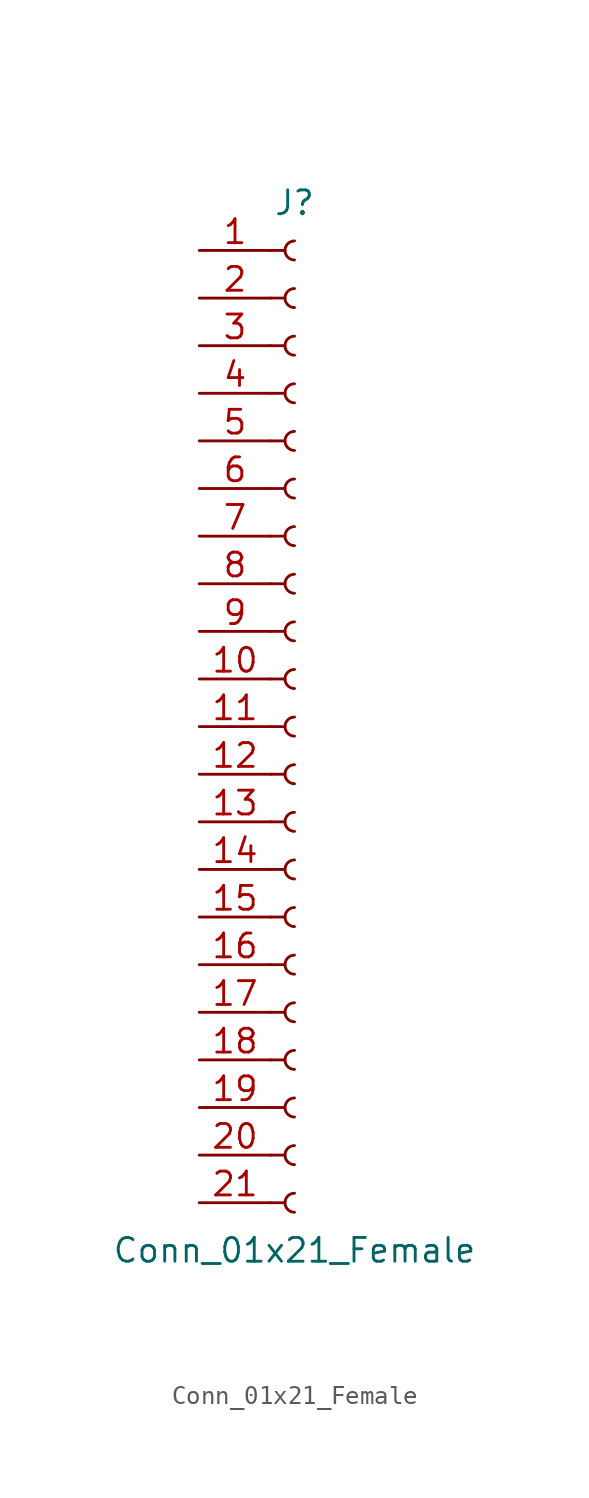
<source format=kicad_sym>
(kicad_symbol_lib
  (version 20201005)
  (generator kicad_symbol_editor)
  (symbol "Connector:Conn_01x21_Female"
    (pin_names
      (offset 1.016) hide)
    (property "Reference" "J"
      (at 0 27.94 0)
      (effects (font (size 1.27 1.27))))
    (property "Value" "Conn_01x21_Female"
      (at 0 -27.94 0)
      (effects (font (size 1.27 1.27))))
    (symbol "Conn_01x21_Female_1_1"
      (arc (start 0 -24.892) (end 0 -25.908) (radius (at 0 -25.4) (length 0.508) (angles 90.1 -90.1)) (stroke (width 0.1524)) (fill (type none)))
      (arc (start 0 -22.352) (end 0 -23.368) (radius (at 0 -22.86) (length 0.508) (angles 90.1 -90.1)) (stroke (width 0.1524)) (fill (type none)))
      (arc (start 0 -19.812) (end 0 -20.828) (radius (at 0 -20.32) (length 0.508) (angles 90.1 -90.1)) (stroke (width 0.1524)) (fill (type none)))
      (arc (start 0 -17.272) (end 0 -18.288) (radius (at 0 -17.78) (length 0.508) (angles 90.1 -90.1)) (stroke (width 0.1524)) (fill (type none)))
      (arc (start 0 -14.732) (end 0 -15.748) (radius (at 0 -15.24) (length 0.508) (angles 90.1 -90.1)) (stroke (width 0.1524)) (fill (type none)))
      (arc (start 0 -12.192) (end 0 -13.208) (radius (at 0 -12.7) (length 0.508) (angles 90.1 -90.1)) (stroke (width 0.1524)) (fill (type none)))
      (arc (start 0 -9.652) (end 0 -10.668) (radius (at 0 -10.16) (length 0.508) (angles 90.1 -90.1)) (stroke (width 0.1524)) (fill (type none)))
      (arc (start 0 -7.112) (end 0 -8.128) (radius (at 0 -7.62) (length 0.508) (angles 90.1 -90.1)) (stroke (width 0.1524)) (fill (type none)))
      (arc (start 0 -4.572) (end 0 -5.588) (radius (at 0 -5.08) (length 0.508) (angles 90.1 -90.1)) (stroke (width 0.1524)) (fill (type none)))
      (arc (start 0 -2.032) (end 0 -3.048) (radius (at 0 -2.54) (length 0.508) (angles 90.1 -90.1)) (stroke (width 0.1524)) (fill (type none)))
      (arc (start 0 0.508) (end 0 -0.508) (radius (at 0 0) (length 0.508) (angles 90.1 -90.1)) (stroke (width 0.1524)) (fill (type none)))
      (arc (start 0 3.048) (end 0 2.032) (radius (at 0 2.54) (length 0.508) (angles 90.1 -90.1)) (stroke (width 0.1524)) (fill (type none)))
      (arc (start 0 5.588) (end 0 4.572) (radius (at 0 5.08) (length 0.508) (angles 90.1 -90.1)) (stroke (width 0.1524)) (fill (type none)))
      (arc (start 0 8.128) (end 0 7.112) (radius (at 0 7.62) (length 0.508) (angles 90.1 -90.1)) (stroke (width 0.1524)) (fill (type none)))
      (arc (start 0 10.668) (end 0 9.652) (radius (at 0 10.16) (length 0.508) (angles 90.1 -90.1)) (stroke (width 0.1524)) (fill (type none)))
      (arc (start 0 13.208) (end 0 12.192) (radius (at 0 12.7) (length 0.508) (angles 90.1 -90.1)) (stroke (width 0.1524)) (fill (type none)))
      (arc (start 0 15.748) (end 0 14.732) (radius (at 0 15.24) (length 0.508) (angles 90.1 -90.1)) (stroke (width 0.1524)) (fill (type none)))
      (arc (start 0 18.288) (end 0 17.272) (radius (at 0 17.78) (length 0.508) (angles 90.1 -90.1)) (stroke (width 0.1524)) (fill (type none)))
      (arc (start 0 20.828) (end 0 19.812) (radius (at 0 20.32) (length 0.508) (angles 90.1 -90.1)) (stroke (width 0.1524)) (fill (type none)))
      (arc (start 0 23.368) (end 0 22.352) (radius (at 0 22.86) (length 0.508) (angles 90.1 -90.1)) (stroke (width 0.1524)) (fill (type none)))
      (arc (start 0 25.908) (end 0 24.892) (radius (at 0 25.4) (length 0.508) (angles 90.1 -90.1)) (stroke (width 0.1524)) (fill (type none)))
      (polyline (pts (xy -1.27 -25.4) (xy -0.508 -25.4)) (stroke (width 0.152)) (fill (type none)))
      (polyline (pts (xy -1.27 -22.86) (xy -0.508 -22.86)) (stroke (width 0.152)) (fill (type none)))
      (polyline (pts (xy -1.27 -20.32) (xy -0.508 -20.32)) (stroke (width 0.152)) (fill (type none)))
      (polyline (pts (xy -1.27 -17.78) (xy -0.508 -17.78)) (stroke (width 0.152)) (fill (type none)))
      (polyline (pts (xy -1.27 -15.24) (xy -0.508 -15.24)) (stroke (width 0.152)) (fill (type none)))
      (polyline (pts (xy -1.27 -12.7) (xy -0.508 -12.7)) (stroke (width 0.152)) (fill (type none)))
      (polyline (pts (xy -1.27 -10.16) (xy -0.508 -10.16)) (stroke (width 0.152)) (fill (type none)))
      (polyline (pts (xy -1.27 -7.62) (xy -0.508 -7.62)) (stroke (width 0.152)) (fill (type none)))
      (polyline (pts (xy -1.27 -5.08) (xy -0.508 -5.08)) (stroke (width 0.152)) (fill (type none)))
      (polyline (pts (xy -1.27 -2.54) (xy -0.508 -2.54)) (stroke (width 0.152)) (fill (type none)))
      (polyline (pts (xy -1.27 0) (xy -0.508 0)) (stroke (width 0.152)) (fill (type none)))
      (polyline (pts (xy -1.27 2.54) (xy -0.508 2.54)) (stroke (width 0.152)) (fill (type none)))
      (polyline (pts (xy -1.27 5.08) (xy -0.508 5.08)) (stroke (width 0.152)) (fill (type none)))
      (polyline (pts (xy -1.27 7.62) (xy -0.508 7.62)) (stroke (width 0.152)) (fill (type none)))
      (polyline (pts (xy -1.27 10.16) (xy -0.508 10.16)) (stroke (width 0.152)) (fill (type none)))
      (polyline (pts (xy -1.27 12.7) (xy -0.508 12.7)) (stroke (width 0.152)) (fill (type none)))
      (polyline (pts (xy -1.27 15.24) (xy -0.508 15.24)) (stroke (width 0.152)) (fill (type none)))
      (polyline (pts (xy -1.27 17.78) (xy -0.508 17.78)) (stroke (width 0.152)) (fill (type none)))
      (polyline (pts (xy -1.27 20.32) (xy -0.508 20.32)) (stroke (width 0.152)) (fill (type none)))
      (polyline (pts (xy -1.27 22.86) (xy -0.508 22.86)) (stroke (width 0.152)) (fill (type none)))
      (polyline (pts (xy -1.27 25.4) (xy -0.508 25.4)) (stroke (width 0.152)) (fill (type none)))
      (pin passive line (at -5.08 25.4 0) (length 3.81) (name "Pin_1" (effects (font (size 1.27 1.27)))) (number "1" (effects (font (size 1.27 1.27)))))
      (pin passive line (at -5.08 2.54 0) (length 3.81) (name "Pin_10" (effects (font (size 1.27 1.27)))) (number "10" (effects (font (size 1.27 1.27)))))
      (pin passive line (at -5.08 0 0) (length 3.81) (name "Pin_11" (effects (font (size 1.27 1.27)))) (number "11" (effects (font (size 1.27 1.27)))))
      (pin passive line (at -5.08 -2.54 0) (length 3.81) (name "Pin_12" (effects (font (size 1.27 1.27)))) (number "12" (effects (font (size 1.27 1.27)))))
      (pin passive line (at -5.08 -5.08 0) (length 3.81) (name "Pin_13" (effects (font (size 1.27 1.27)))) (number "13" (effects (font (size 1.27 1.27)))))
      (pin passive line (at -5.08 -7.62 0) (length 3.81) (name "Pin_14" (effects (font (size 1.27 1.27)))) (number "14" (effects (font (size 1.27 1.27)))))
      (pin passive line (at -5.08 -10.16 0) (length 3.81) (name "Pin_15" (effects (font (size 1.27 1.27)))) (number "15" (effects (font (size 1.27 1.27)))))
      (pin passive line (at -5.08 -12.7 0) (length 3.81) (name "Pin_16" (effects (font (size 1.27 1.27)))) (number "16" (effects (font (size 1.27 1.27)))))
      (pin passive line (at -5.08 -15.24 0) (length 3.81) (name "Pin_17" (effects (font (size 1.27 1.27)))) (number "17" (effects (font (size 1.27 1.27)))))
      (pin passive line (at -5.08 -17.78 0) (length 3.81) (name "Pin_18" (effects (font (size 1.27 1.27)))) (number "18" (effects (font (size 1.27 1.27)))))
      (pin passive line (at -5.08 -20.32 0) (length 3.81) (name "Pin_19" (effects (font (size 1.27 1.27)))) (number "19" (effects (font (size 1.27 1.27)))))
      (pin passive line (at -5.08 22.86 0) (length 3.81) (name "Pin_2" (effects (font (size 1.27 1.27)))) (number "2" (effects (font (size 1.27 1.27)))))
      (pin passive line (at -5.08 -22.86 0) (length 3.81) (name "Pin_20" (effects (font (size 1.27 1.27)))) (number "20" (effects (font (size 1.27 1.27)))))
      (pin passive line (at -5.08 -25.4 0) (length 3.81) (name "Pin_21" (effects (font (size 1.27 1.27)))) (number "21" (effects (font (size 1.27 1.27)))))
      (pin passive line (at -5.08 20.32 0) (length 3.81) (name "Pin_3" (effects (font (size 1.27 1.27)))) (number "3" (effects (font (size 1.27 1.27)))))
      (pin passive line (at -5.08 17.78 0) (length 3.81) (name "Pin_4" (effects (font (size 1.27 1.27)))) (number "4" (effects (font (size 1.27 1.27)))))
      (pin passive line (at -5.08 15.24 0) (length 3.81) (name "Pin_5" (effects (font (size 1.27 1.27)))) (number "5" (effects (font (size 1.27 1.27)))))
      (pin passive line (at -5.08 12.7 0) (length 3.81) (name "Pin_6" (effects (font (size 1.27 1.27)))) (number "6" (effects (font (size 1.27 1.27)))))
      (pin passive line (at -5.08 10.16 0) (length 3.81) (name "Pin_7" (effects (font (size 1.27 1.27)))) (number "7" (effects (font (size 1.27 1.27)))))
      (pin passive line (at -5.08 7.62 0) (length 3.81) (name "Pin_8" (effects (font (size 1.27 1.27)))) (number "8" (effects (font (size 1.27 1.27)))))
      (pin passive line (at -5.08 5.08 0) (length 3.81) (name "Pin_9" (effects (font (size 1.27 1.27)))) (number "9" (effects (font (size 1.27 1.27))))))))
</source>
